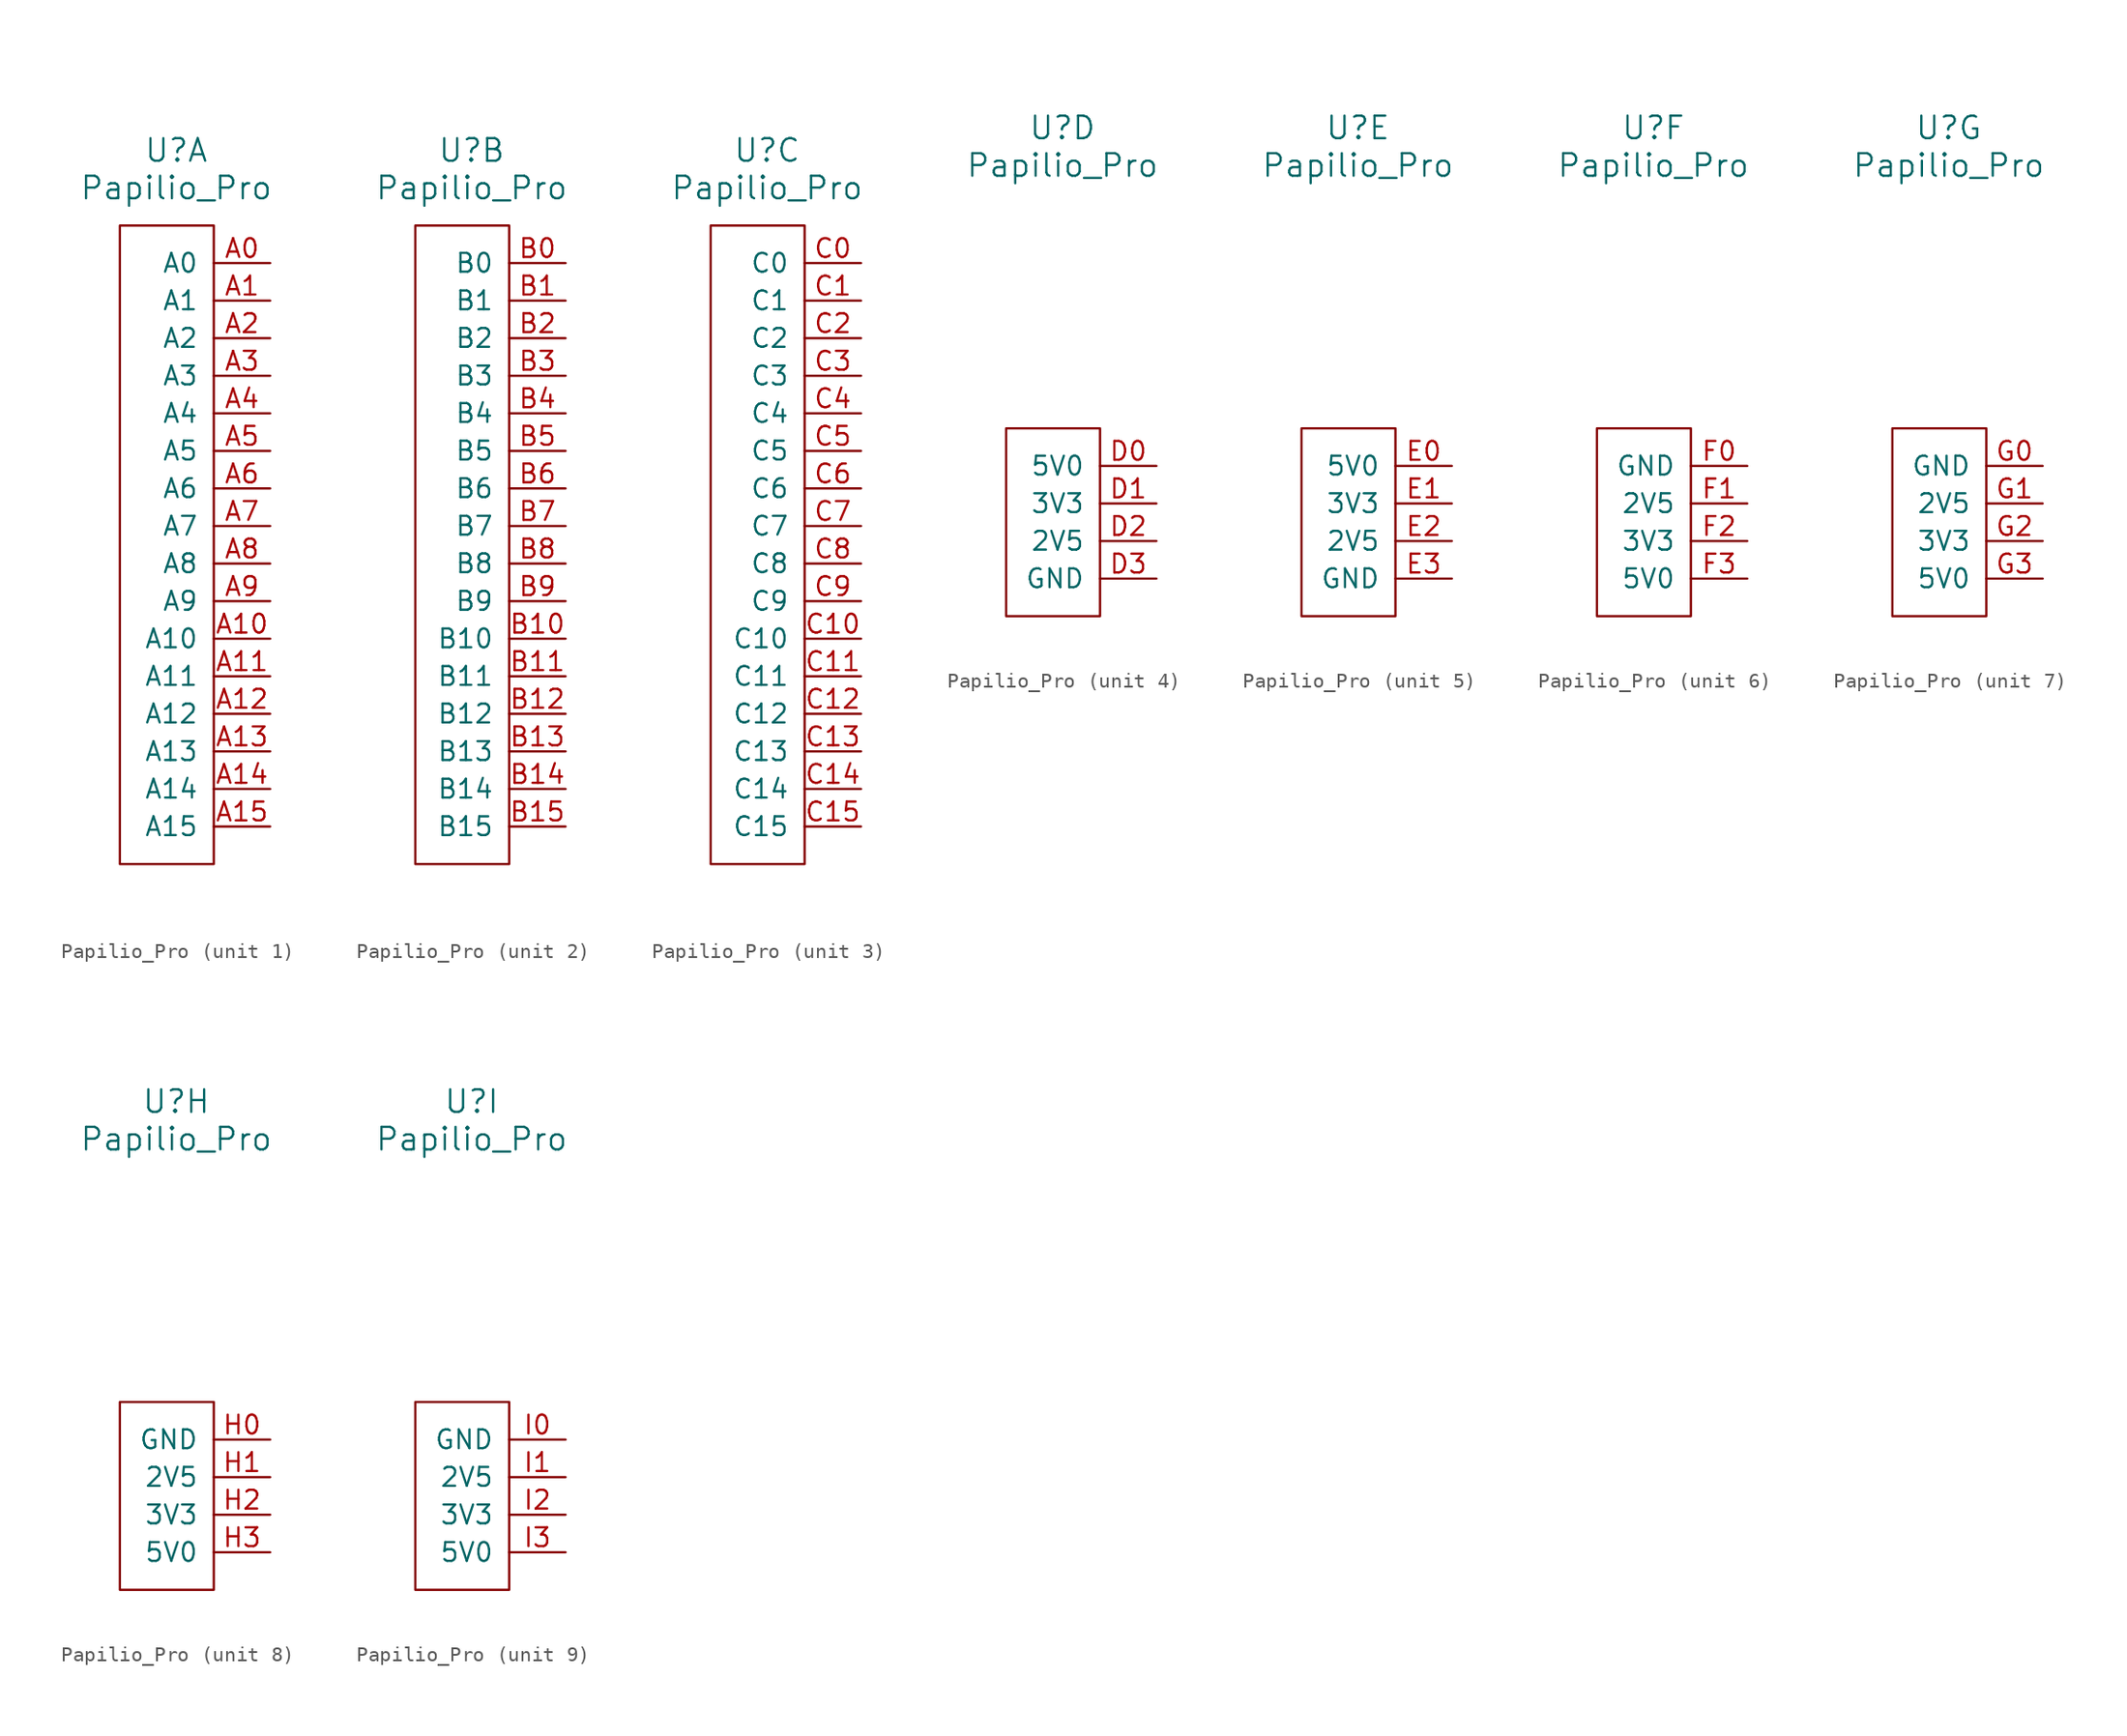
<source format=kicad_sym>
(kicad_symbol_lib
  (version 20220914)
  (generator kicad_symbol_editor)
  (symbol "Papilio_Pro"
    (pin_names
      (offset 1.016))
    (property "Reference" "U"
      (at 0 26.67 0)
      (effects (font (size 1.524 1.524))))
    (property "Value" "Papilio_Pro"
      (at 0 24.13 0)
      (effects (font (size 1.524 1.524))))
    (property "ki_locked" ""
      (at 0 0 0)
      (effects (font (size 1.27 1.27))))
    (symbol "Papilio_Pro_1_1"
      (rectangle (start 2.54 21.59) (end -3.81 -21.59) (stroke (width 0) (type default)) (fill (type none)))
      (pin input line (at 6.35 19.05 180) (length 3.81) (name "A0" (effects (font (size 1.27 1.27)))) (number "A0" (effects (font (size 1.27 1.27)))))
      (pin input line (at 6.35 16.51 180) (length 3.81) (name "A1" (effects (font (size 1.27 1.27)))) (number "A1" (effects (font (size 1.27 1.27)))))
      (pin input line (at 6.35 -6.35 180) (length 3.81) (name "A10" (effects (font (size 1.27 1.27)))) (number "A10" (effects (font (size 1.27 1.27)))))
      (pin input line (at 6.35 -8.89 180) (length 3.81) (name "A11" (effects (font (size 1.27 1.27)))) (number "A11" (effects (font (size 1.27 1.27)))))
      (pin input line (at 6.35 -11.43 180) (length 3.81) (name "A12" (effects (font (size 1.27 1.27)))) (number "A12" (effects (font (size 1.27 1.27)))))
      (pin input line (at 6.35 -13.97 180) (length 3.81) (name "A13" (effects (font (size 1.27 1.27)))) (number "A13" (effects (font (size 1.27 1.27)))))
      (pin input line (at 6.35 -16.51 180) (length 3.81) (name "A14" (effects (font (size 1.27 1.27)))) (number "A14" (effects (font (size 1.27 1.27)))))
      (pin input line (at 6.35 -19.05 180) (length 3.81) (name "A15" (effects (font (size 1.27 1.27)))) (number "A15" (effects (font (size 1.27 1.27)))))
      (pin input line (at 6.35 13.97 180) (length 3.81) (name "A2" (effects (font (size 1.27 1.27)))) (number "A2" (effects (font (size 1.27 1.27)))))
      (pin input line (at 6.35 11.43 180) (length 3.81) (name "A3" (effects (font (size 1.27 1.27)))) (number "A3" (effects (font (size 1.27 1.27)))))
      (pin input line (at 6.35 8.89 180) (length 3.81) (name "A4" (effects (font (size 1.27 1.27)))) (number "A4" (effects (font (size 1.27 1.27)))))
      (pin input line (at 6.35 6.35 180) (length 3.81) (name "A5" (effects (font (size 1.27 1.27)))) (number "A5" (effects (font (size 1.27 1.27)))))
      (pin input line (at 6.35 3.81 180) (length 3.81) (name "A6" (effects (font (size 1.27 1.27)))) (number "A6" (effects (font (size 1.27 1.27)))))
      (pin input line (at 6.35 1.27 180) (length 3.81) (name "A7" (effects (font (size 1.27 1.27)))) (number "A7" (effects (font (size 1.27 1.27)))))
      (pin input line (at 6.35 -1.27 180) (length 3.81) (name "A8" (effects (font (size 1.27 1.27)))) (number "A8" (effects (font (size 1.27 1.27)))))
      (pin input line (at 6.35 -3.81 180) (length 3.81) (name "A9" (effects (font (size 1.27 1.27)))) (number "A9" (effects (font (size 1.27 1.27))))))
    (symbol "Papilio_Pro_2_1"
      (rectangle (start 2.54 21.59) (end -3.81 -21.59) (stroke (width 0) (type default)) (fill (type none)))
      (pin input line (at 6.35 19.05 180) (length 3.81) (name "B0" (effects (font (size 1.27 1.27)))) (number "B0" (effects (font (size 1.27 1.27)))))
      (pin input line (at 6.35 16.51 180) (length 3.81) (name "B1" (effects (font (size 1.27 1.27)))) (number "B1" (effects (font (size 1.27 1.27)))))
      (pin input line (at 6.35 -6.35 180) (length 3.81) (name "B10" (effects (font (size 1.27 1.27)))) (number "B10" (effects (font (size 1.27 1.27)))))
      (pin input line (at 6.35 -8.89 180) (length 3.81) (name "B11" (effects (font (size 1.27 1.27)))) (number "B11" (effects (font (size 1.27 1.27)))))
      (pin input line (at 6.35 -11.43 180) (length 3.81) (name "B12" (effects (font (size 1.27 1.27)))) (number "B12" (effects (font (size 1.27 1.27)))))
      (pin input line (at 6.35 -13.97 180) (length 3.81) (name "B13" (effects (font (size 1.27 1.27)))) (number "B13" (effects (font (size 1.27 1.27)))))
      (pin input line (at 6.35 -16.51 180) (length 3.81) (name "B14" (effects (font (size 1.27 1.27)))) (number "B14" (effects (font (size 1.27 1.27)))))
      (pin input line (at 6.35 -19.05 180) (length 3.81) (name "B15" (effects (font (size 1.27 1.27)))) (number "B15" (effects (font (size 1.27 1.27)))))
      (pin input line (at 6.35 13.97 180) (length 3.81) (name "B2" (effects (font (size 1.27 1.27)))) (number "B2" (effects (font (size 1.27 1.27)))))
      (pin input line (at 6.35 11.43 180) (length 3.81) (name "B3" (effects (font (size 1.27 1.27)))) (number "B3" (effects (font (size 1.27 1.27)))))
      (pin input line (at 6.35 8.89 180) (length 3.81) (name "B4" (effects (font (size 1.27 1.27)))) (number "B4" (effects (font (size 1.27 1.27)))))
      (pin input line (at 6.35 6.35 180) (length 3.81) (name "B5" (effects (font (size 1.27 1.27)))) (number "B5" (effects (font (size 1.27 1.27)))))
      (pin input line (at 6.35 3.81 180) (length 3.81) (name "B6" (effects (font (size 1.27 1.27)))) (number "B6" (effects (font (size 1.27 1.27)))))
      (pin input line (at 6.35 1.27 180) (length 3.81) (name "B7" (effects (font (size 1.27 1.27)))) (number "B7" (effects (font (size 1.27 1.27)))))
      (pin input line (at 6.35 -1.27 180) (length 3.81) (name "B8" (effects (font (size 1.27 1.27)))) (number "B8" (effects (font (size 1.27 1.27)))))
      (pin input line (at 6.35 -3.81 180) (length 3.81) (name "B9" (effects (font (size 1.27 1.27)))) (number "B9" (effects (font (size 1.27 1.27))))))
    (symbol "Papilio_Pro_3_1"
      (rectangle (start 2.54 21.59) (end -3.81 -21.59) (stroke (width 0) (type default)) (fill (type none)))
      (pin input line (at 6.35 19.05 180) (length 3.81) (name "C0" (effects (font (size 1.27 1.27)))) (number "C0" (effects (font (size 1.27 1.27)))))
      (pin input line (at 6.35 16.51 180) (length 3.81) (name "C1" (effects (font (size 1.27 1.27)))) (number "C1" (effects (font (size 1.27 1.27)))))
      (pin input line (at 6.35 -6.35 180) (length 3.81) (name "C10" (effects (font (size 1.27 1.27)))) (number "C10" (effects (font (size 1.27 1.27)))))
      (pin input line (at 6.35 -8.89 180) (length 3.81) (name "C11" (effects (font (size 1.27 1.27)))) (number "C11" (effects (font (size 1.27 1.27)))))
      (pin input line (at 6.35 -11.43 180) (length 3.81) (name "C12" (effects (font (size 1.27 1.27)))) (number "C12" (effects (font (size 1.27 1.27)))))
      (pin input line (at 6.35 -13.97 180) (length 3.81) (name "C13" (effects (font (size 1.27 1.27)))) (number "C13" (effects (font (size 1.27 1.27)))))
      (pin input line (at 6.35 -16.51 180) (length 3.81) (name "C14" (effects (font (size 1.27 1.27)))) (number "C14" (effects (font (size 1.27 1.27)))))
      (pin input line (at 6.35 -19.05 180) (length 3.81) (name "C15" (effects (font (size 1.27 1.27)))) (number "C15" (effects (font (size 1.27 1.27)))))
      (pin input line (at 6.35 13.97 180) (length 3.81) (name "C2" (effects (font (size 1.27 1.27)))) (number "C2" (effects (font (size 1.27 1.27)))))
      (pin input line (at 6.35 11.43 180) (length 3.81) (name "C3" (effects (font (size 1.27 1.27)))) (number "C3" (effects (font (size 1.27 1.27)))))
      (pin input line (at 6.35 8.89 180) (length 3.81) (name "C4" (effects (font (size 1.27 1.27)))) (number "C4" (effects (font (size 1.27 1.27)))))
      (pin input line (at 6.35 6.35 180) (length 3.81) (name "C5" (effects (font (size 1.27 1.27)))) (number "C5" (effects (font (size 1.27 1.27)))))
      (pin input line (at 6.35 3.81 180) (length 3.81) (name "C6" (effects (font (size 1.27 1.27)))) (number "C6" (effects (font (size 1.27 1.27)))))
      (pin input line (at 6.35 1.27 180) (length 3.81) (name "C7" (effects (font (size 1.27 1.27)))) (number "C7" (effects (font (size 1.27 1.27)))))
      (pin input line (at 6.35 -1.27 180) (length 3.81) (name "C8" (effects (font (size 1.27 1.27)))) (number "C8" (effects (font (size 1.27 1.27)))))
      (pin input line (at 6.35 -3.81 180) (length 3.81) (name "C9" (effects (font (size 1.27 1.27)))) (number "C9" (effects (font (size 1.27 1.27))))))
    (symbol "Papilio_Pro_4_1"
      (rectangle (start 2.54 6.35) (end -3.81 -6.35) (stroke (width 0) (type default)) (fill (type none)))
      (pin input line (at 6.35 3.81 180) (length 3.81) (name "5V0" (effects (font (size 1.27 1.27)))) (number "D0" (effects (font (size 1.27 1.27)))))
      (pin input line (at 6.35 1.27 180) (length 3.81) (name "3V3" (effects (font (size 1.27 1.27)))) (number "D1" (effects (font (size 1.27 1.27)))))
      (pin input line (at 6.35 -1.27 180) (length 3.81) (name "2V5" (effects (font (size 1.27 1.27)))) (number "D2" (effects (font (size 1.27 1.27)))))
      (pin input line (at 6.35 -3.81 180) (length 3.81) (name "GND" (effects (font (size 1.27 1.27)))) (number "D3" (effects (font (size 1.27 1.27))))))
    (symbol "Papilio_Pro_5_1"
      (rectangle (start 2.54 6.35) (end -3.81 -6.35) (stroke (width 0) (type default)) (fill (type none)))
      (pin input line (at 6.35 3.81 180) (length 3.81) (name "5V0" (effects (font (size 1.27 1.27)))) (number "E0" (effects (font (size 1.27 1.27)))))
      (pin input line (at 6.35 1.27 180) (length 3.81) (name "3V3" (effects (font (size 1.27 1.27)))) (number "E1" (effects (font (size 1.27 1.27)))))
      (pin input line (at 6.35 -1.27 180) (length 3.81) (name "2V5" (effects (font (size 1.27 1.27)))) (number "E2" (effects (font (size 1.27 1.27)))))
      (pin input line (at 6.35 -3.81 180) (length 3.81) (name "GND" (effects (font (size 1.27 1.27)))) (number "E3" (effects (font (size 1.27 1.27))))))
    (symbol "Papilio_Pro_6_1"
      (rectangle (start 2.54 6.35) (end -3.81 -6.35) (stroke (width 0) (type default)) (fill (type none)))
      (pin input line (at 6.35 3.81 180) (length 3.81) (name "GND" (effects (font (size 1.27 1.27)))) (number "F0" (effects (font (size 1.27 1.27)))))
      (pin input line (at 6.35 1.27 180) (length 3.81) (name "2V5" (effects (font (size 1.27 1.27)))) (number "F1" (effects (font (size 1.27 1.27)))))
      (pin input line (at 6.35 -1.27 180) (length 3.81) (name "3V3" (effects (font (size 1.27 1.27)))) (number "F2" (effects (font (size 1.27 1.27)))))
      (pin input line (at 6.35 -3.81 180) (length 3.81) (name "5V0" (effects (font (size 1.27 1.27)))) (number "F3" (effects (font (size 1.27 1.27))))))
    (symbol "Papilio_Pro_7_1"
      (rectangle (start 2.54 6.35) (end -3.81 -6.35) (stroke (width 0) (type default)) (fill (type none)))
      (pin input line (at 6.35 3.81 180) (length 3.81) (name "GND" (effects (font (size 1.27 1.27)))) (number "G0" (effects (font (size 1.27 1.27)))))
      (pin input line (at 6.35 1.27 180) (length 3.81) (name "2V5" (effects (font (size 1.27 1.27)))) (number "G1" (effects (font (size 1.27 1.27)))))
      (pin input line (at 6.35 -1.27 180) (length 3.81) (name "3V3" (effects (font (size 1.27 1.27)))) (number "G2" (effects (font (size 1.27 1.27)))))
      (pin input line (at 6.35 -3.81 180) (length 3.81) (name "5V0" (effects (font (size 1.27 1.27)))) (number "G3" (effects (font (size 1.27 1.27))))))
    (symbol "Papilio_Pro_8_1"
      (rectangle (start 2.54 6.35) (end -3.81 -6.35) (stroke (width 0) (type default)) (fill (type none)))
      (pin input line (at 6.35 3.81 180) (length 3.81) (name "GND" (effects (font (size 1.27 1.27)))) (number "H0" (effects (font (size 1.27 1.27)))))
      (pin input line (at 6.35 1.27 180) (length 3.81) (name "2V5" (effects (font (size 1.27 1.27)))) (number "H1" (effects (font (size 1.27 1.27)))))
      (pin input line (at 6.35 -1.27 180) (length 3.81) (name "3V3" (effects (font (size 1.27 1.27)))) (number "H2" (effects (font (size 1.27 1.27)))))
      (pin input line (at 6.35 -3.81 180) (length 3.81) (name "5V0" (effects (font (size 1.27 1.27)))) (number "H3" (effects (font (size 1.27 1.27))))))
    (symbol "Papilio_Pro_9_1"
      (rectangle (start 2.54 6.35) (end -3.81 -6.35) (stroke (width 0) (type default)) (fill (type none)))
      (pin input line (at 6.35 3.81 180) (length 3.81) (name "GND" (effects (font (size 1.27 1.27)))) (number "I0" (effects (font (size 1.27 1.27)))))
      (pin input line (at 6.35 1.27 180) (length 3.81) (name "2V5" (effects (font (size 1.27 1.27)))) (number "I1" (effects (font (size 1.27 1.27)))))
      (pin input line (at 6.35 -1.27 180) (length 3.81) (name "3V3" (effects (font (size 1.27 1.27)))) (number "I2" (effects (font (size 1.27 1.27)))))
      (pin input line (at 6.35 -3.81 180) (length 3.81) (name "5V0" (effects (font (size 1.27 1.27)))) (number "I3" (effects (font (size 1.27 1.27))))))))
</source>
